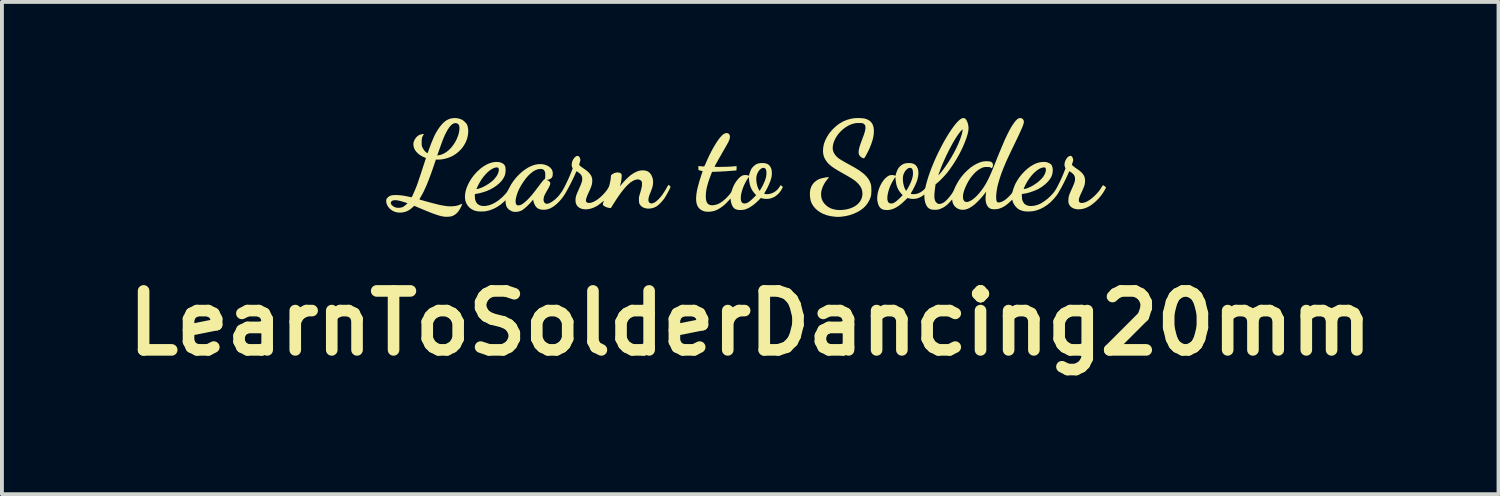
<source format=kicad_pcb>
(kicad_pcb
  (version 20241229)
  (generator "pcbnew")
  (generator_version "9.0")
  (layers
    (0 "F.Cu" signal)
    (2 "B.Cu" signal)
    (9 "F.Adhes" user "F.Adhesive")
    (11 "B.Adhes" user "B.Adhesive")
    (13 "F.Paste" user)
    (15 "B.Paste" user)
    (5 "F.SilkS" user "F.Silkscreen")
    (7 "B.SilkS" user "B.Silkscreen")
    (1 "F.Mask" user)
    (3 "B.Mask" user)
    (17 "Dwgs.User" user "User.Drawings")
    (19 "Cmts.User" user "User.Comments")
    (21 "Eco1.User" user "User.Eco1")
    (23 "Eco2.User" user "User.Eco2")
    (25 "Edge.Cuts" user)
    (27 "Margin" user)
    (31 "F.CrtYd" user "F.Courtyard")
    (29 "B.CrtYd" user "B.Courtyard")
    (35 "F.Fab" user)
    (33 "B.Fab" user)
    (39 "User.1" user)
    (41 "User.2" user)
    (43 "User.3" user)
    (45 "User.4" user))
  (footprint "LearnToSolderDancing20mm"
    (layer "F.Cu")
    (at 16.336 5.302)
    (property "Reference" "LearnToSolderDancing20mm" (at 0 0 0) (layer "F.SilkS") (effects (font (size 1.524 1.524) (thickness 0.3))))
    (attr board_only exclude_from_pos_files exclude_from_bom)
    (fp_poly (pts (xy 2.835 -5.3) (xy 2.882 -5.298) (xy 2.922 -5.294) (xy 2.947 -5.291) (xy 2.999 -5.276) (xy 3.047 -5.255) (xy 3.087 -5.23) (xy 3.118 -5.202) (xy 3.119 -5.202) (xy 3.15 -5.159) (xy 3.172 -5.114) (xy 3.187 -5.065) (xy 3.194 -5.008) (xy 3.196 -4.953) (xy 3.191 -4.88) (xy 3.179 -4.804) (xy 3.158 -4.722) (xy 3.129 -4.634) (xy 3.091 -4.538) (xy 3.072 -4.495) (xy 3.054 -4.457) (xy 3.034 -4.417) (xy 3.014 -4.378) (xy 2.994 -4.342) (xy 2.976 -4.31) (xy 2.961 -4.285) (xy 2.949 -4.268) (xy 2.942 -4.262) (xy 2.927 -4.262) (xy 2.905 -4.269) (xy 2.881 -4.281) (xy 2.857 -4.297) (xy 2.843 -4.31) (xy 2.824 -4.333) (xy 2.811 -4.359) (xy 2.803 -4.389) (xy 2.801 -4.424) (xy 2.804 -4.465) (xy 2.813 -4.513) (xy 2.829 -4.57) (xy 2.85 -4.635) (xy 2.878 -4.711) (xy 2.89 -4.744) (xy 2.915 -4.811) (xy 2.936 -4.867) (xy 2.951 -4.914) (xy 2.963 -4.954) (xy 2.971 -4.989) (xy 2.976 -5.021) (xy 2.977 -5.032) (xy 2.977 -5.077) (xy 2.969 -5.113) (xy 2.95 -5.14) (xy 2.922 -5.16) (xy 2.905 -5.167) (xy 2.883 -5.171) (xy 2.851 -5.173) (xy 2.814 -5.174) (xy 2.775 -5.173) (xy 2.738 -5.171) (xy 2.707 -5.167) (xy 2.627 -5.146) (xy 2.548 -5.113) (xy 2.473 -5.069) (xy 2.401 -5.016) (xy 2.335 -4.955) (xy 2.276 -4.888) (xy 2.225 -4.815) (xy 2.183 -4.738) (xy 2.152 -4.658) (xy 2.136 -4.59) (xy 2.13 -4.525) (xy 2.138 -4.464) (xy 2.159 -4.406) (xy 2.192 -4.353) (xy 2.223 -4.317) (xy 2.239 -4.301) (xy 2.255 -4.286) (xy 2.271 -4.272) (xy 2.289 -4.258) (xy 2.31 -4.244) (xy 2.334 -4.228) (xy 2.363 -4.21) (xy 2.399 -4.189) (xy 2.441 -4.165) (xy 2.492 -4.136) (xy 2.552 -4.103) (xy 2.622 -4.064) (xy 2.63 -4.06) (xy 2.727 -4.005) (xy 2.811 -3.952) (xy 2.884 -3.9) (xy 2.946 -3.85) (xy 2.997 -3.799) (xy 3.04 -3.747) (xy 3.074 -3.695) (xy 3.1 -3.64) (xy 3.118 -3.587) (xy 3.124 -3.556) (xy 3.128 -3.516) (xy 3.13 -3.469) (xy 3.131 -3.42) (xy 3.129 -3.372) (xy 3.126 -3.329) (xy 3.121 -3.293) (xy 3.118 -3.28) (xy 3.096 -3.217) (xy 3.064 -3.152) (xy 3.024 -3.088) (xy 2.979 -3.03) (xy 2.93 -2.981) (xy 2.926 -2.977) (xy 2.85 -2.92) (xy 2.763 -2.869) (xy 2.669 -2.827) (xy 2.569 -2.793) (xy 2.464 -2.768) (xy 2.359 -2.753) (xy 2.319 -2.75) (xy 2.288 -2.748) (xy 2.26 -2.748) (xy 2.23 -2.749) (xy 2.195 -2.752) (xy 2.17 -2.754) (xy 2.071 -2.768) (xy 1.977 -2.791) (xy 1.891 -2.823) (xy 1.812 -2.863) (xy 1.741 -2.912) (xy 1.68 -2.967) (xy 1.629 -3.029) (xy 1.589 -3.097) (xy 1.576 -3.125) (xy 1.559 -3.18) (xy 1.548 -3.243) (xy 1.542 -3.31) (xy 1.543 -3.377) (xy 1.55 -3.44) (xy 1.557 -3.47) (xy 1.58 -3.535) (xy 1.615 -3.593) (xy 1.66 -3.645) (xy 1.714 -3.688) (xy 1.775 -3.722) (xy 1.788 -3.727) (xy 1.813 -3.736) (xy 1.844 -3.745) (xy 1.879 -3.753) (xy 1.915 -3.76) (xy 1.95 -3.767) (xy 1.982 -3.771) (xy 2.008 -3.774) (xy 2.026 -3.774) (xy 2.033 -3.771) (xy 2.033 -3.771) (xy 2.029 -3.764) (xy 2.018 -3.75) (xy 2.003 -3.73) (xy 1.993 -3.718) (xy 1.938 -3.646) (xy 1.895 -3.571) (xy 1.862 -3.495) (xy 1.84 -3.42) (xy 1.831 -3.345) (xy 1.831 -3.33) (xy 1.836 -3.261) (xy 1.853 -3.198) (xy 1.881 -3.139) (xy 1.922 -3.085) (xy 1.946 -3.06) (xy 2.004 -3.011) (xy 2.07 -2.973) (xy 2.144 -2.946) (xy 2.224 -2.93) (xy 2.313 -2.924) (xy 2.388 -2.928) (xy 2.48 -2.94) (xy 2.564 -2.961) (xy 2.64 -2.989) (xy 2.708 -3.025) (xy 2.766 -3.067) (xy 2.815 -3.116) (xy 2.853 -3.171) (xy 2.881 -3.23) (xy 2.896 -3.295) (xy 2.9 -3.347) (xy 2.894 -3.412) (xy 2.878 -3.473) (xy 2.849 -3.53) (xy 2.807 -3.587) (xy 2.792 -3.604) (xy 2.768 -3.628) (xy 2.744 -3.65) (xy 2.718 -3.673) (xy 2.689 -3.695) (xy 2.655 -3.718) (xy 2.615 -3.744) (xy 2.568 -3.773) (xy 2.513 -3.805) (xy 2.448 -3.842) (xy 2.4 -3.869) (xy 2.32 -3.915) (xy 2.25 -3.955) (xy 2.191 -3.992) (xy 2.14 -4.026) (xy 2.096 -4.058) (xy 2.059 -4.089) (xy 2.026 -4.119) (xy 1.998 -4.149) (xy 1.98 -4.171) (xy 1.938 -4.232) (xy 1.908 -4.293) (xy 1.889 -4.358) (xy 1.881 -4.43) (xy 1.88 -4.459) (xy 1.887 -4.548) (xy 1.906 -4.637) (xy 1.939 -4.726) (xy 1.983 -4.814) (xy 2.038 -4.9) (xy 2.105 -4.983) (xy 2.15 -5.03) (xy 2.232 -5.105) (xy 2.317 -5.167) (xy 2.406 -5.217) (xy 2.5 -5.255) (xy 2.601 -5.283) (xy 2.657 -5.293) (xy 2.693 -5.298) (xy 2.737 -5.3) (xy 2.786 -5.301)) (stroke (width 0) (type solid)) (fill yes) (layer "F.SilkS"))
    (fp_poly (pts (xy -7.556 -5.295) (xy -7.485 -5.275) (xy -7.455 -5.262) (xy -7.428 -5.246) (xy -7.399 -5.224) (xy -7.37 -5.197) (xy -7.344 -5.17) (xy -7.325 -5.144) (xy -7.318 -5.133) (xy -7.299 -5.078) (xy -7.289 -5.015) (xy -7.286 -4.946) (xy -7.293 -4.873) (xy -7.308 -4.799) (xy -7.321 -4.753) (xy -7.356 -4.668) (xy -7.402 -4.587) (xy -7.459 -4.51) (xy -7.525 -4.441) (xy -7.6 -4.38) (xy -7.68 -4.328) (xy -7.746 -4.296) (xy -7.822 -4.268) (xy -7.903 -4.246) (xy -7.986 -4.232) (xy -8.064 -4.227) (xy -8.07 -4.227) (xy -8.123 -4.227) (xy -8.176 -4.072) (xy -8.224 -3.932) (xy -8.27 -3.804) (xy -8.314 -3.689) (xy -8.356 -3.584) (xy -8.397 -3.491) (xy -8.436 -3.407) (xy -8.474 -3.333) (xy -8.511 -3.267) (xy -8.52 -3.253) (xy -8.537 -3.224) (xy -8.545 -3.206) (xy -8.546 -3.197) (xy -8.545 -3.197) (xy -8.527 -3.191) (xy -8.498 -3.182) (xy -8.461 -3.172) (xy -8.416 -3.159) (xy -8.367 -3.146) (xy -8.315 -3.131) (xy -8.262 -3.117) (xy -8.211 -3.103) (xy -8.162 -3.091) (xy -8.119 -3.08) (xy -8.083 -3.071) (xy -8.057 -3.064) (xy -8.054 -3.064) (xy -7.981 -3.048) (xy -7.918 -3.037) (xy -7.863 -3.029) (xy -7.813 -3.023) (xy -7.765 -3.021) (xy -7.716 -3.021) (xy -7.707 -3.022) (xy -7.656 -3.025) (xy -7.613 -3.03) (xy -7.573 -3.039) (xy -7.531 -3.053) (xy -7.484 -3.071) (xy -7.464 -3.079) (xy -7.449 -3.084) (xy -7.443 -3.085) (xy -7.444 -3.078) (xy -7.449 -3.062) (xy -7.459 -3.039) (xy -7.47 -3.014) (xy -7.482 -2.988) (xy -7.493 -2.964) (xy -7.498 -2.957) (xy -7.538 -2.894) (xy -7.584 -2.842) (xy -7.635 -2.801) (xy -7.69 -2.773) (xy -7.727 -2.761) (xy -7.766 -2.755) (xy -7.812 -2.751) (xy -7.859 -2.75) (xy -7.902 -2.753) (xy -7.937 -2.758) (xy -7.973 -2.765) (xy -8.01 -2.774) (xy -8.051 -2.785) (xy -8.096 -2.799) (xy -8.145 -2.816) (xy -8.201 -2.836) (xy -8.265 -2.86) (xy -8.336 -2.889) (xy -8.417 -2.922) (xy -8.509 -2.961) (xy -8.546 -2.976) (xy -8.682 -3.034) (xy -8.713 -3.004) (xy -8.777 -2.95) (xy -8.842 -2.908) (xy -8.911 -2.879) (xy -8.982 -2.863) (xy -9.047 -2.858) (xy -9.119 -2.863) (xy -9.184 -2.879) (xy -9.243 -2.906) (xy -9.296 -2.944) (xy -9.317 -2.963) (xy -9.353 -3.005) (xy -9.38 -3.05) (xy -9.398 -3.096) (xy -9.4 -3.104) (xy -9.288 -3.104) (xy -9.279 -3.076) (xy -9.262 -3.053) (xy -9.231 -3.025) (xy -9.191 -3.002) (xy -9.149 -2.987) (xy -9.148 -2.987) (xy -9.114 -2.982) (xy -9.074 -2.982) (xy -9.033 -2.987) (xy -8.997 -2.995) (xy -8.978 -3.002) (xy -8.961 -3.013) (xy -8.939 -3.028) (xy -8.916 -3.046) (xy -8.894 -3.064) (xy -8.876 -3.08) (xy -8.863 -3.093) (xy -8.86 -3.1) (xy -8.866 -3.103) (xy -8.883 -3.11) (xy -8.907 -3.118) (xy -8.938 -3.128) (xy -8.972 -3.138) (xy -9.007 -3.149) (xy -9.041 -3.158) (xy -9.071 -3.166) (xy -9.09 -3.17) (xy -9.149 -3.179) (xy -9.197 -3.179) (xy -9.236 -3.171) (xy -9.265 -3.155) (xy -9.267 -3.153) (xy -9.284 -3.13) (xy -9.288 -3.104) (xy -9.4 -3.104) (xy -9.407 -3.142) (xy -9.405 -3.185) (xy -9.4 -3.202) (xy -9.387 -3.227) (xy -9.364 -3.252) (xy -9.336 -3.275) (xy -9.306 -3.292) (xy -9.292 -3.297) (xy -9.246 -3.307) (xy -9.188 -3.312) (xy -9.122 -3.312) (xy -9.048 -3.307) (xy -8.968 -3.297) (xy -8.884 -3.282) (xy -8.842 -3.273) (xy -8.809 -3.266) (xy -8.782 -3.26) (xy -8.761 -3.257) (xy -8.75 -3.255) (xy -8.749 -3.255) (xy -8.743 -3.265) (xy -8.732 -3.285) (xy -8.719 -3.314) (xy -8.703 -3.349) (xy -8.686 -3.388) (xy -8.668 -3.429) (xy -8.65 -3.471) (xy -8.634 -3.511) (xy -8.62 -3.547) (xy -8.611 -3.57) (xy -8.601 -3.6) (xy -8.587 -3.639) (xy -8.572 -3.684) (xy -8.555 -3.734) (xy -8.536 -3.789) (xy -8.517 -3.847) (xy -8.498 -3.905) (xy -8.478 -3.964) (xy -8.46 -4.021) (xy -8.442 -4.076) (xy -8.425 -4.126) (xy -8.411 -4.171) (xy -8.399 -4.21) (xy -8.389 -4.239) (xy -8.383 -4.26) (xy -8.381 -4.269) (xy -8.381 -4.27) (xy -8.388 -4.273) (xy -8.404 -4.279) (xy -8.417 -4.284) (xy -8.478 -4.312) (xy -8.519 -4.337) (xy -8.087 -4.337) (xy -8.081 -4.336) (xy -8.065 -4.338) (xy -8.044 -4.342) (xy -8.019 -4.347) (xy -7.995 -4.353) (xy -7.974 -4.36) (xy -7.973 -4.36) (xy -7.909 -4.388) (xy -7.845 -4.428) (xy -7.783 -4.479) (xy -7.725 -4.539) (xy -7.672 -4.608) (xy -7.623 -4.683) (xy -7.582 -4.763) (xy -7.549 -4.848) (xy -7.548 -4.85) (xy -7.532 -4.906) (xy -7.521 -4.961) (xy -7.515 -5.013) (xy -7.514 -5.059) (xy -7.52 -5.097) (xy -7.53 -5.125) (xy -7.552 -5.151) (xy -7.582 -5.166) (xy -7.616 -5.171) (xy -7.654 -5.165) (xy -7.676 -5.157) (xy -7.71 -5.134) (xy -7.745 -5.1) (xy -7.782 -5.054) (xy -7.82 -4.997) (xy -7.857 -4.93) (xy -7.895 -4.854) (xy -7.931 -4.769) (xy -7.95 -4.72) (xy -7.958 -4.699) (xy -7.969 -4.669) (xy -7.982 -4.634) (xy -7.996 -4.594) (xy -8.011 -4.551) (xy -8.027 -4.508) (xy -8.042 -4.465) (xy -8.056 -4.426) (xy -8.068 -4.392) (xy -8.077 -4.364) (xy -8.084 -4.345) (xy -8.087 -4.337) (xy -8.087 -4.337) (xy -8.519 -4.337) (xy -8.536 -4.347) (xy -8.589 -4.389) (xy -8.633 -4.435) (xy -8.667 -4.483) (xy -8.678 -4.505) (xy -8.695 -4.553) (xy -8.704 -4.602) (xy -8.703 -4.649) (xy -8.701 -4.663) (xy -8.685 -4.716) (xy -8.658 -4.766) (xy -8.623 -4.811) (xy -8.581 -4.847) (xy -8.554 -4.863) (xy -8.536 -4.87) (xy -8.513 -4.877) (xy -8.488 -4.883) (xy -8.464 -4.888) (xy -8.446 -4.89) (xy -8.435 -4.889) (xy -8.433 -4.887) (xy -8.437 -4.88) (xy -8.445 -4.866) (xy -8.45 -4.859) (xy -8.466 -4.832) (xy -8.477 -4.802) (xy -8.485 -4.768) (xy -8.489 -4.727) (xy -8.49 -4.675) (xy -8.49 -4.673) (xy -8.49 -4.636) (xy -8.489 -4.609) (xy -8.487 -4.589) (xy -8.484 -4.574) (xy -8.478 -4.559) (xy -8.472 -4.545) (xy -8.442 -4.491) (xy -8.409 -4.448) (xy -8.379 -4.42) (xy -8.361 -4.406) (xy -8.347 -4.397) (xy -8.34 -4.393) (xy -8.336 -4.399) (xy -8.329 -4.415) (xy -8.32 -4.439) (xy -8.31 -4.468) (xy -8.291 -4.522) (xy -8.269 -4.58) (xy -8.246 -4.641) (xy -8.221 -4.702) (xy -8.197 -4.76) (xy -8.174 -4.813) (xy -8.153 -4.857) (xy -8.139 -4.887) (xy -8.091 -4.971) (xy -8.041 -5.047) (xy -7.989 -5.115) (xy -7.938 -5.172) (xy -7.886 -5.217) (xy -7.837 -5.25) (xy -7.771 -5.28) (xy -7.701 -5.297) (xy -7.628 -5.302)) (stroke (width 0) (type solid)) (fill yes) (layer "F.SilkS"))
    (fp_poly (pts (xy -0.574 -4.907) (xy -0.549 -4.89) (xy -0.532 -4.864) (xy -0.524 -4.831) (xy -0.526 -4.791) (xy -0.53 -4.772) (xy -0.535 -4.754) (xy -0.542 -4.733) (xy -0.552 -4.71) (xy -0.565 -4.683) (xy -0.582 -4.65) (xy -0.604 -4.611) (xy -0.63 -4.564) (xy -0.662 -4.508) (xy -0.698 -4.446) (xy -0.736 -4.38) (xy -0.772 -4.317) (xy -0.806 -4.258) (xy -0.836 -4.204) (xy -0.862 -4.157) (xy -0.885 -4.116) (xy -0.902 -4.084) (xy -0.914 -4.06) (xy -0.919 -4.047) (xy -0.92 -4.044) (xy -0.914 -4.042) (xy -0.896 -4.041) (xy -0.868 -4.04) (xy -0.831 -4.039) (xy -0.788 -4.039) (xy -0.741 -4.04) (xy -0.689 -4.041) (xy -0.637 -4.042) (xy -0.584 -4.044) (xy -0.533 -4.046) (xy -0.485 -4.049) (xy -0.443 -4.052) (xy -0.407 -4.055) (xy -0.385 -4.057) (xy -0.353 -4.061) (xy -0.353 -4.004) (xy -0.354 -3.976) (xy -0.355 -3.959) (xy -0.357 -3.951) (xy -0.362 -3.947) (xy -0.368 -3.947) (xy -0.379 -3.946) (xy -0.401 -3.945) (xy -0.432 -3.942) (xy -0.47 -3.939) (xy -0.514 -3.936) (xy -0.543 -3.934) (xy -0.6 -3.929) (xy -0.662 -3.925) (xy -0.726 -3.922) (xy -0.787 -3.918) (xy -0.84 -3.916) (xy -0.845 -3.916) (xy -0.986 -3.911) (xy -1.014 -3.841) (xy -1.055 -3.731) (xy -1.088 -3.631) (xy -1.113 -3.54) (xy -1.132 -3.458) (xy -1.143 -3.383) (xy -1.145 -3.353) (xy -1.148 -3.278) (xy -1.145 -3.214) (xy -1.135 -3.161) (xy -1.118 -3.119) (xy -1.095 -3.087) (xy -1.065 -3.065) (xy -1.027 -3.052) (xy -0.981 -3.048) (xy -0.96 -3.048) (xy -0.896 -3.059) (xy -0.831 -3.08) (xy -0.767 -3.114) (xy -0.701 -3.161) (xy -0.634 -3.22) (xy -0.624 -3.23) (xy -0.623 -3.23) (xy -0.244 -3.23) (xy -0.241 -3.185) (xy -0.231 -3.148) (xy -0.214 -3.12) (xy -0.195 -3.104) (xy -0.169 -3.096) (xy -0.136 -3.094) (xy -0.103 -3.1) (xy -0.086 -3.106) (xy -0.047 -3.127) (xy -0.002 -3.16) (xy 0.049 -3.205) (xy 0.088 -3.243) (xy 0.153 -3.308) (xy 0.119 -3.345) (xy 0.074 -3.401) (xy 0.038 -3.458) (xy 0.01 -3.519) (xy -0.011 -3.586) (xy -0.025 -3.662) (xy -0.032 -3.722) (xy -0.032 -3.727) (xy 0.156 -3.727) (xy 0.16 -3.663) (xy 0.17 -3.598) (xy 0.187 -3.535) (xy 0.209 -3.478) (xy 0.224 -3.449) (xy 0.242 -3.418) (xy 0.268 -3.46) (xy 0.282 -3.483) (xy 0.299 -3.514) (xy 0.318 -3.548) (xy 0.334 -3.579) (xy 0.368 -3.654) (xy 0.393 -3.722) (xy 0.41 -3.784) (xy 0.418 -3.844) (xy 0.419 -3.902) (xy 0.419 -3.902) (xy 0.413 -3.947) (xy 0.402 -3.98) (xy 0.384 -4.002) (xy 0.36 -4.013) (xy 0.337 -4.015) (xy 0.305 -4.008) (xy 0.273 -3.989) (xy 0.242 -3.961) (xy 0.214 -3.925) (xy 0.19 -3.882) (xy 0.172 -3.836) (xy 0.16 -3.786) (xy 0.16 -3.785) (xy 0.156 -3.727) (xy -0.032 -3.727) (xy -0.037 -3.781) (xy -0.073 -3.726) (xy -0.111 -3.662) (xy -0.145 -3.596) (xy -0.175 -3.53) (xy -0.199 -3.464) (xy -0.219 -3.4) (xy -0.233 -3.339) (xy -0.241 -3.282) (xy -0.244 -3.23) (xy -0.623 -3.23) (xy -0.577 -3.278) (xy -0.54 -3.319) (xy -0.512 -3.355) (xy -0.492 -3.387) (xy -0.479 -3.417) (xy -0.477 -3.425) (xy -0.446 -3.512) (xy -0.407 -3.594) (xy -0.36 -3.668) (xy -0.308 -3.733) (xy -0.303 -3.738) (xy -0.265 -3.774) (xy -0.23 -3.801) (xy -0.196 -3.818) (xy -0.161 -3.827) (xy -0.123 -3.829) (xy -0.09 -3.827) (xy -0.064 -3.822) (xy -0.055 -3.818) (xy -0.038 -3.812) (xy -0.029 -3.814) (xy -0.027 -3.826) (xy -0.027 -3.83) (xy -0.024 -3.848) (xy -0.017 -3.874) (xy -0.006 -3.904) (xy 0.006 -3.936) (xy 0.018 -3.965) (xy 0.03 -3.988) (xy 0.033 -3.992) (xy 0.058 -4.026) (xy 0.091 -4.059) (xy 0.125 -4.088) (xy 0.157 -4.109) (xy 0.208 -4.128) (xy 0.268 -4.138) (xy 0.335 -4.139) (xy 0.393 -4.132) (xy 0.44 -4.117) (xy 0.479 -4.092) (xy 0.511 -4.057) (xy 0.536 -4.011) (xy 0.542 -3.997) (xy 0.552 -3.961) (xy 0.558 -3.916) (xy 0.559 -3.867) (xy 0.556 -3.817) (xy 0.551 -3.781) (xy 0.536 -3.724) (xy 0.514 -3.659) (xy 0.486 -3.59) (xy 0.454 -3.52) (xy 0.418 -3.45) (xy 0.386 -3.396) (xy 0.372 -3.371) (xy 0.365 -3.355) (xy 0.365 -3.346) (xy 0.366 -3.344) (xy 0.376 -3.34) (xy 0.396 -3.337) (xy 0.42 -3.335) (xy 0.424 -3.334) (xy 0.485 -3.338) (xy 0.546 -3.353) (xy 0.605 -3.379) (xy 0.66 -3.415) (xy 0.709 -3.459) (xy 0.749 -3.511) (xy 0.76 -3.529) (xy 0.772 -3.548) (xy 0.781 -3.561) (xy 0.786 -3.565) (xy 0.802 -3.556) (xy 0.818 -3.544) (xy 0.832 -3.532) (xy 0.84 -3.523) (xy 0.84 -3.521) (xy 0.837 -3.509) (xy 0.827 -3.488) (xy 0.814 -3.463) (xy 0.798 -3.435) (xy 0.781 -3.408) (xy 0.779 -3.406) (xy 0.753 -3.373) (xy 0.719 -3.338) (xy 0.682 -3.305) (xy 0.646 -3.277) (xy 0.627 -3.266) (xy 0.601 -3.253) (xy 0.569 -3.24) (xy 0.541 -3.229) (xy 0.49 -3.217) (xy 0.433 -3.212) (xy 0.374 -3.214) (xy 0.319 -3.224) (xy 0.319 -3.224) (xy 0.274 -3.236) (xy 0.219 -3.179) (xy 0.152 -3.115) (xy 0.084 -3.059) (xy 0.017 -3.012) (xy -0.048 -2.974) (xy -0.109 -2.948) (xy -0.132 -2.94) (xy -0.175 -2.931) (xy -0.223 -2.926) (xy -0.272 -2.925) (xy -0.306 -2.927) (xy -0.356 -2.938) (xy -0.397 -2.956) (xy -0.43 -2.985) (xy -0.458 -3.024) (xy -0.47 -3.048) (xy -0.481 -3.078) (xy -0.492 -3.114) (xy -0.5 -3.152) (xy -0.506 -3.186) (xy -0.507 -3.204) (xy -0.507 -3.227) (xy -0.546 -3.182) (xy -0.62 -3.103) (xy -0.695 -3.035) (xy -0.77 -2.98) (xy -0.845 -2.937) (xy -0.898 -2.913) (xy -0.959 -2.895) (xy -1.022 -2.884) (xy -1.085 -2.88) (xy -1.145 -2.883) (xy -1.197 -2.894) (xy -1.201 -2.896) (xy -1.256 -2.92) (xy -1.302 -2.951) (xy -1.339 -2.991) (xy -1.367 -3.039) (xy -1.386 -3.096) (xy -1.397 -3.162) (xy -1.399 -3.237) (xy -1.392 -3.322) (xy -1.378 -3.417) (xy -1.373 -3.44) (xy -1.364 -3.482) (xy -1.351 -3.534) (xy -1.335 -3.592) (xy -1.318 -3.654) (xy -1.299 -3.716) (xy -1.28 -3.776) (xy -1.262 -3.831) (xy -1.262 -3.833) (xy -1.229 -3.93) (xy -1.283 -3.943) (xy -1.337 -3.957) (xy -1.339 -4.009) (xy -1.341 -4.061) (xy -1.279 -4.056) (xy -1.249 -4.054) (xy -1.224 -4.052) (xy -1.205 -4.051) (xy -1.201 -4.05) (xy -1.194 -4.051) (xy -1.188 -4.056) (xy -1.181 -4.065) (xy -1.172 -4.082) (xy -1.161 -4.107) (xy -1.145 -4.142) (xy -1.143 -4.147) (xy -1.098 -4.251) (xy -1.051 -4.35) (xy -1.003 -4.444) (xy -0.955 -4.532) (xy -0.908 -4.612) (xy -0.862 -4.685) (xy -0.818 -4.749) (xy -0.775 -4.803) (xy -0.735 -4.847) (xy -0.698 -4.88) (xy -0.677 -4.894) (xy -0.639 -4.91) (xy -0.604 -4.914)) (stroke (width 0) (type solid)) (fill yes) (layer "F.SilkS"))
    (fp_poly (pts (xy -4.448 -4.322) (xy -4.425 -4.309) (xy -4.406 -4.283) (xy -4.393 -4.247) (xy -4.39 -4.23) (xy -4.389 -4.214) (xy -4.392 -4.198) (xy -4.398 -4.175) (xy -4.404 -4.156) (xy -4.412 -4.128) (xy -4.417 -4.11) (xy -4.418 -4.098) (xy -4.416 -4.089) (xy -4.412 -4.081) (xy -4.403 -4.071) (xy -4.385 -4.056) (xy -4.36 -4.037) (xy -4.33 -4.016) (xy -4.309 -4.002) (xy -4.243 -3.955) (xy -4.189 -3.91) (xy -4.147 -3.865) (xy -4.116 -3.821) (xy -4.095 -3.775) (xy -4.084 -3.727) (xy -4.081 -3.675) (xy -4.083 -3.647) (xy -4.087 -3.616) (xy -4.092 -3.587) (xy -4.101 -3.556) (xy -4.112 -3.523) (xy -4.128 -3.483) (xy -4.148 -3.436) (xy -4.168 -3.393) (xy -4.196 -3.331) (xy -4.218 -3.278) (xy -4.233 -3.235) (xy -4.242 -3.201) (xy -4.246 -3.173) (xy -4.243 -3.152) (xy -4.235 -3.135) (xy -4.222 -3.123) (xy -4.218 -3.12) (xy -4.188 -3.109) (xy -4.15 -3.108) (xy -4.107 -3.116) (xy -4.058 -3.133) (xy -4.005 -3.16) (xy -3.989 -3.169) (xy -3.94 -3.202) (xy -3.89 -3.241) (xy -3.84 -3.286) (xy -3.793 -3.334) (xy -3.749 -3.383) (xy -3.71 -3.432) (xy -3.678 -3.479) (xy -3.655 -3.521) (xy -3.643 -3.552) (xy -3.634 -3.585) (xy -3.625 -3.625) (xy -3.617 -3.667) (xy -3.609 -3.709) (xy -3.604 -3.746) (xy -3.601 -3.775) (xy -3.6 -3.787) (xy -3.599 -3.809) (xy -3.596 -3.822) (xy -3.587 -3.833) (xy -3.57 -3.846) (xy -3.528 -3.872) (xy -3.487 -3.888) (xy -3.445 -3.895) (xy -3.43 -3.896) (xy -3.387 -3.892) (xy -3.355 -3.88) (xy -3.332 -3.86) (xy -3.328 -3.853) (xy -3.323 -3.835) (xy -3.321 -3.806) (xy -3.323 -3.769) (xy -3.327 -3.727) (xy -3.333 -3.681) (xy -3.343 -3.635) (xy -3.345 -3.622) (xy -3.353 -3.591) (xy -3.358 -3.565) (xy -3.362 -3.548) (xy -3.364 -3.54) (xy -3.364 -3.54) (xy -3.359 -3.545) (xy -3.348 -3.558) (xy -3.333 -3.577) (xy -3.319 -3.595) (xy -3.285 -3.635) (xy -3.246 -3.678) (xy -3.204 -3.722) (xy -3.161 -3.763) (xy -3.121 -3.799) (xy -3.087 -3.828) (xy -3.085 -3.829) (xy -3.011 -3.878) (xy -2.94 -3.915) (xy -2.872 -3.939) (xy -2.805 -3.95) (xy -2.74 -3.949) (xy -2.727 -3.947) (xy -2.674 -3.934) (xy -2.63 -3.913) (xy -2.594 -3.882) (xy -2.562 -3.84) (xy -2.543 -3.804) (xy -2.52 -3.741) (xy -2.51 -3.674) (xy -2.512 -3.602) (xy -2.513 -3.591) (xy -2.518 -3.56) (xy -2.525 -3.529) (xy -2.534 -3.496) (xy -2.547 -3.458) (xy -2.565 -3.411) (xy -2.58 -3.373) (xy -2.598 -3.328) (xy -2.611 -3.292) (xy -2.62 -3.262) (xy -2.626 -3.235) (xy -2.63 -3.208) (xy -2.63 -3.207) (xy -2.63 -3.167) (xy -2.621 -3.135) (xy -2.603 -3.112) (xy -2.577 -3.098) (xy -2.546 -3.095) (xy -2.537 -3.096) (xy -2.504 -3.105) (xy -2.471 -3.12) (xy -2.436 -3.144) (xy -2.397 -3.177) (xy -2.37 -3.203) (xy -2.324 -3.253) (xy -2.279 -3.308) (xy -2.235 -3.373) (xy -2.189 -3.447) (xy -2.159 -3.499) (xy -2.143 -3.527) (xy -2.129 -3.55) (xy -2.118 -3.566) (xy -2.111 -3.573) (xy -2.111 -3.573) (xy -2.1 -3.568) (xy -2.086 -3.557) (xy -2.072 -3.542) (xy -2.062 -3.529) (xy -2.06 -3.524) (xy -2.063 -3.512) (xy -2.072 -3.492) (xy -2.085 -3.463) (xy -2.102 -3.43) (xy -2.122 -3.393) (xy -2.142 -3.355) (xy -2.163 -3.318) (xy -2.183 -3.283) (xy -2.201 -3.254) (xy -2.208 -3.242) (xy -2.24 -3.197) (xy -2.278 -3.152) (xy -2.318 -3.108) (xy -2.358 -3.069) (xy -2.395 -3.037) (xy -2.414 -3.024) (xy -2.467 -2.995) (xy -2.524 -2.975) (xy -2.583 -2.964) (xy -2.641 -2.961) (xy -2.697 -2.968) (xy -2.749 -2.983) (xy -2.794 -3.006) (xy -2.823 -3.031) (xy -2.845 -3.057) (xy -2.861 -3.083) (xy -2.871 -3.113) (xy -2.875 -3.149) (xy -2.876 -3.19) (xy -2.876 -3.223) (xy -2.874 -3.25) (xy -2.87 -3.276) (xy -2.863 -3.304) (xy -2.852 -3.34) (xy -2.85 -3.347) (xy -2.834 -3.4) (xy -2.822 -3.443) (xy -2.813 -3.477) (xy -2.806 -3.505) (xy -2.802 -3.528) (xy -2.799 -3.549) (xy -2.798 -3.569) (xy -2.797 -3.591) (xy -2.797 -3.622) (xy -2.799 -3.642) (xy -2.802 -3.657) (xy -2.808 -3.668) (xy -2.811 -3.671) (xy -2.838 -3.697) (xy -2.872 -3.712) (xy -2.903 -3.716) (xy -2.95 -3.71) (xy -2.998 -3.695) (xy -3.047 -3.669) (xy -3.099 -3.634) (xy -3.153 -3.587) (xy -3.21 -3.53) (xy -3.27 -3.461) (xy -3.333 -3.381) (xy -3.399 -3.289) (xy -3.469 -3.185) (xy -3.543 -3.069) (xy -3.601 -2.975) (xy -3.632 -2.978) (xy -3.677 -2.986) (xy -3.719 -2.999) (xy -3.757 -3.017) (xy -3.787 -3.037) (xy -3.803 -3.055) (xy -3.808 -3.065) (xy -3.81 -3.074) (xy -3.807 -3.088) (xy -3.8 -3.108) (xy -3.797 -3.117) (xy -3.789 -3.139) (xy -3.783 -3.156) (xy -3.78 -3.164) (xy -3.78 -3.164) (xy -3.785 -3.161) (xy -3.798 -3.151) (xy -3.818 -3.136) (xy -3.843 -3.116) (xy -3.852 -3.108) (xy -3.884 -3.084) (xy -3.918 -3.059) (xy -3.95 -3.037) (xy -3.975 -3.021) (xy -3.976 -3.021) (xy -4.045 -2.987) (xy -4.116 -2.962) (xy -4.187 -2.947) (xy -4.256 -2.942) (xy -4.306 -2.946) (xy -4.366 -2.96) (xy -4.417 -2.984) (xy -4.457 -3.016) (xy -4.487 -3.056) (xy -4.507 -3.104) (xy -4.515 -3.16) (xy -4.513 -3.221) (xy -4.509 -3.245) (xy -4.505 -3.266) (xy -4.5 -3.288) (xy -4.492 -3.312) (xy -4.481 -3.341) (xy -4.467 -3.376) (xy -4.448 -3.419) (xy -4.426 -3.469) (xy -4.4 -3.527) (xy -4.38 -3.574) (xy -4.365 -3.613) (xy -4.354 -3.646) (xy -4.346 -3.673) (xy -4.342 -3.697) (xy -4.341 -3.719) (xy -4.341 -3.742) (xy -4.341 -3.742) (xy -4.346 -3.78) (xy -4.356 -3.809) (xy -4.373 -3.836) (xy -4.398 -3.863) (xy -4.417 -3.88) (xy -4.438 -3.896) (xy -4.459 -3.911) (xy -4.477 -3.922) (xy -4.488 -3.927) (xy -4.489 -3.927) (xy -4.492 -3.921) (xy -4.5 -3.905) (xy -4.511 -3.882) (xy -4.524 -3.852) (xy -4.527 -3.845) (xy -4.548 -3.797) (xy -4.575 -3.741) (xy -4.605 -3.68) (xy -4.637 -3.615) (xy -4.67 -3.551) (xy -4.704 -3.488) (xy -4.736 -3.429) (xy -4.765 -3.378) (xy -4.79 -3.335) (xy -4.795 -3.327) (xy -4.85 -3.247) (xy -4.909 -3.175) (xy -4.971 -3.109) (xy -5.035 -3.053) (xy -5.099 -3.006) (xy -5.163 -2.971) (xy -5.189 -2.96) (xy -5.249 -2.941) (xy -5.309 -2.932) (xy -5.367 -2.932) (xy -5.421 -2.94) (xy -5.47 -2.957) (xy -5.51 -2.983) (xy -5.531 -3.003) (xy -5.558 -3.041) (xy -5.581 -3.087) (xy -5.598 -3.135) (xy -5.602 -3.152) (xy -5.61 -3.195) (xy -5.633 -3.166) (xy -5.664 -3.129) (xy -5.7 -3.091) (xy -5.739 -3.051) (xy -5.779 -3.013) (xy -5.819 -2.978) (xy -5.856 -2.948) (xy -5.887 -2.925) (xy -5.908 -2.912) (xy -5.957 -2.893) (xy -6.011 -2.881) (xy -6.066 -2.876) (xy -6.116 -2.88) (xy -6.16 -2.893) (xy -6.204 -2.916) (xy -6.244 -2.945) (xy -6.276 -2.979) (xy -6.293 -3.006) (xy -6.308 -3.045) (xy -6.318 -3.093) (xy -6.322 -3.137) (xy -6.322 -3.15) (xy -6.063 -3.15) (xy -6.06 -3.111) (xy -6.05 -3.08) (xy -6.035 -3.057) (xy -6.015 -3.046) (xy -6.011 -3.045) (xy -5.993 -3.045) (xy -5.969 -3.048) (xy -5.944 -3.053) (xy -5.93 -3.057) (xy -5.904 -3.07) (xy -5.871 -3.092) (xy -5.834 -3.12) (xy -5.794 -3.154) (xy -5.755 -3.191) (xy -5.725 -3.222) (xy -5.695 -3.254) (xy -5.665 -3.288) (xy -5.634 -3.324) (xy -5.6 -3.366) (xy -5.562 -3.414) (xy -5.52 -3.47) (xy -5.471 -3.534) (xy -5.454 -3.557) (xy -5.418 -3.605) (xy -5.386 -3.646) (xy -5.36 -3.678) (xy -5.34 -3.701) (xy -5.327 -3.714) (xy -5.323 -3.716) (xy -5.313 -3.722) (xy -5.305 -3.732) (xy -5.3 -3.748) (xy -5.298 -3.773) (xy -5.297 -3.807) (xy -5.297 -3.827) (xy -5.297 -3.86) (xy -5.299 -3.884) (xy -5.302 -3.902) (xy -5.307 -3.917) (xy -5.313 -3.929) (xy -5.331 -3.957) (xy -5.354 -3.974) (xy -5.383 -3.984) (xy -5.422 -3.987) (xy -5.422 -3.987) (xy -5.479 -3.98) (xy -5.538 -3.961) (xy -5.598 -3.929) (xy -5.659 -3.884) (xy -5.721 -3.828) (xy -5.782 -3.76) (xy -5.796 -3.743) (xy -5.862 -3.653) (xy -5.921 -3.561) (xy -5.971 -3.469) (xy -6.011 -3.377) (xy -6.04 -3.288) (xy -6.059 -3.203) (xy -6.06 -3.196) (xy -6.063 -3.15) (xy -6.322 -3.15) (xy -6.323 -3.178) (xy -6.378 -3.126) (xy -6.458 -3.059) (xy -6.544 -3.002) (xy -6.635 -2.955) (xy -6.729 -2.919) (xy -6.823 -2.896) (xy -6.868 -2.89) (xy -6.92 -2.887) (xy -6.973 -2.887) (xy -7.024 -2.89) (xy -7.067 -2.895) (xy -7.075 -2.897) (xy -7.143 -2.917) (xy -7.203 -2.948) (xy -7.257 -2.989) (xy -7.301 -3.039) (xy -7.335 -3.097) (xy -7.359 -3.162) (xy -7.364 -3.186) (xy -7.372 -3.257) (xy -7.368 -3.333) (xy -7.354 -3.413) (xy -7.337 -3.471) (xy -7.073 -3.471) (xy -7.069 -3.467) (xy -7.054 -3.468) (xy -7.028 -3.474) (xy -6.997 -3.483) (xy -6.94 -3.504) (xy -6.878 -3.533) (xy -6.814 -3.569) (xy -6.75 -3.61) (xy -6.691 -3.654) (xy -6.671 -3.67) (xy -6.639 -3.699) (xy -6.605 -3.736) (xy -6.573 -3.776) (xy -6.546 -3.814) (xy -6.536 -3.83) (xy -6.523 -3.859) (xy -6.51 -3.893) (xy -6.503 -3.917) (xy -6.496 -3.959) (xy -6.498 -3.99) (xy -6.509 -4.012) (xy -6.528 -4.024) (xy -6.557 -4.026) (xy -6.595 -4.019) (xy -6.615 -4.013) (xy -6.668 -3.989) (xy -6.723 -3.954) (xy -6.779 -3.908) (xy -6.834 -3.853) (xy -6.888 -3.79) (xy -6.94 -3.72) (xy -6.987 -3.645) (xy -7.029 -3.566) (xy -7.034 -3.556) (xy -7.049 -3.526) (xy -7.061 -3.5) (xy -7.069 -3.481) (xy -7.073 -3.471) (xy -7.073 -3.471) (xy -7.337 -3.471) (xy -7.329 -3.496) (xy -7.295 -3.579) (xy -7.251 -3.663) (xy -7.199 -3.746) (xy -7.139 -3.826) (xy -7.071 -3.902) (xy -7.053 -3.92) (xy -6.976 -3.991) (xy -6.897 -4.05) (xy -6.818 -4.097) (xy -6.739 -4.133) (xy -6.661 -4.156) (xy -6.584 -4.167) (xy -6.563 -4.167) (xy -6.517 -4.166) (xy -6.48 -4.161) (xy -6.445 -4.151) (xy -6.408 -4.134) (xy -6.405 -4.133) (xy -6.373 -4.112) (xy -6.349 -4.086) (xy -6.333 -4.054) (xy -6.324 -4.013) (xy -6.321 -3.963) (xy -6.322 -3.931) (xy -6.327 -3.876) (xy -6.339 -3.827) (xy -6.359 -3.78) (xy -6.388 -3.729) (xy -6.39 -3.726) (xy -6.437 -3.664) (xy -6.495 -3.606) (xy -6.563 -3.551) (xy -6.64 -3.5) (xy -6.724 -3.454) (xy -6.813 -3.415) (xy -6.906 -3.383) (xy -7.002 -3.358) (xy -7.043 -3.35) (xy -7.072 -3.345) (xy -7.095 -3.34) (xy -7.109 -3.337) (xy -7.113 -3.335) (xy -7.115 -3.328) (xy -7.116 -3.31) (xy -7.116 -3.285) (xy -7.116 -3.268) (xy -7.11 -3.205) (xy -7.094 -3.152) (xy -7.069 -3.107) (xy -7.035 -3.073) (xy -6.992 -3.048) (xy -6.941 -3.033) (xy -6.881 -3.028) (xy -6.826 -3.032) (xy -6.744 -3.05) (xy -6.661 -3.081) (xy -6.578 -3.125) (xy -6.496 -3.181) (xy -6.414 -3.251) (xy -6.402 -3.262) (xy -6.356 -3.308) (xy -6.319 -3.349) (xy -6.288 -3.389) (xy -6.261 -3.432) (xy -6.236 -3.48) (xy -6.233 -3.486) (xy -6.178 -3.587) (xy -6.116 -3.68) (xy -6.044 -3.769) (xy -5.961 -3.854) (xy -5.89 -3.918) (xy -5.82 -3.971) (xy -5.749 -4.016) (xy -5.697 -4.044) (xy -5.626 -4.075) (xy -5.558 -4.096) (xy -5.491 -4.108) (xy -5.457 -4.111) (xy -5.389 -4.111) (xy -5.325 -4.101) (xy -5.266 -4.082) (xy -5.213 -4.055) (xy -5.169 -4.022) (xy -5.134 -3.981) (xy -5.12 -3.957) (xy -5.109 -3.925) (xy -5.103 -3.887) (xy -5.103 -3.847) (xy -5.107 -3.81) (xy -5.116 -3.779) (xy -5.117 -3.777) (xy -5.138 -3.749) (xy -5.169 -3.727) (xy -5.204 -3.712) (xy -5.227 -3.708) (xy -5.261 -3.705) (xy -5.229 -3.689) (xy -5.198 -3.67) (xy -5.178 -3.651) (xy -5.168 -3.629) (xy -5.167 -3.61) (xy -5.168 -3.595) (xy -5.173 -3.578) (xy -5.181 -3.557) (xy -5.194 -3.529) (xy -5.211 -3.495) (xy -5.235 -3.453) (xy -5.265 -3.401) (xy -5.269 -3.394) (xy -5.287 -3.361) (xy -5.304 -3.328) (xy -5.318 -3.298) (xy -5.327 -3.276) (xy -5.338 -3.23) (xy -5.341 -3.187) (xy -5.335 -3.151) (xy -5.321 -3.121) (xy -5.301 -3.1) (xy -5.273 -3.088) (xy -5.256 -3.087) (xy -5.229 -3.089) (xy -5.2 -3.098) (xy -5.167 -3.113) (xy -5.128 -3.136) (xy -5.115 -3.145) (xy -5.052 -3.191) (xy -4.993 -3.245) (xy -4.937 -3.307) (xy -4.882 -3.381) (xy -4.869 -3.4) (xy -4.846 -3.436) (xy -4.821 -3.482) (xy -4.792 -3.536) (xy -4.762 -3.596) (xy -4.731 -3.661) (xy -4.7 -3.727) (xy -4.671 -3.793) (xy -4.644 -3.857) (xy -4.62 -3.917) (xy -4.617 -3.924) (xy -4.587 -4.004) (xy -4.601 -4.03) (xy -4.608 -4.047) (xy -4.612 -4.064) (xy -4.612 -4.087) (xy -4.612 -4.11) (xy -4.603 -4.169) (xy -4.581 -4.223) (xy -4.548 -4.271) (xy -4.535 -4.285) (xy -4.504 -4.311) (xy -4.475 -4.323)) (stroke (width 0) (type solid)) (fill yes) (layer "F.SilkS"))
    (fp_poly (pts (xy 5.537 -5.297) (xy 5.552 -5.289) (xy 5.576 -5.265) (xy 5.597 -5.23) (xy 5.615 -5.187) (xy 5.629 -5.14) (xy 5.638 -5.09) (xy 5.641 -5.044) (xy 5.639 -5.002) (xy 5.633 -4.958) (xy 5.624 -4.911) (xy 5.609 -4.858) (xy 5.59 -4.796) (xy 5.587 -4.786) (xy 5.537 -4.653) (xy 5.477 -4.516) (xy 5.408 -4.378) (xy 5.33 -4.24) (xy 5.246 -4.106) (xy 5.157 -3.978) (xy 5.088 -3.887) (xy 5.054 -3.847) (xy 5.014 -3.802) (xy 4.971 -3.756) (xy 4.927 -3.711) (xy 4.885 -3.67) (xy 4.847 -3.636) (xy 4.84 -3.63) (xy 4.789 -3.588) (xy 4.774 -3.477) (xy 4.764 -3.393) (xy 4.759 -3.322) (xy 4.759 -3.261) (xy 4.765 -3.21) (xy 4.777 -3.169) (xy 4.794 -3.136) (xy 4.817 -3.111) (xy 4.842 -3.094) (xy 4.862 -3.085) (xy 4.877 -3.081) (xy 4.894 -3.082) (xy 4.915 -3.085) (xy 4.944 -3.093) (xy 4.975 -3.106) (xy 4.992 -3.115) (xy 5.028 -3.14) (xy 5.067 -3.175) (xy 5.108 -3.217) (xy 5.148 -3.264) (xy 5.187 -3.314) (xy 5.221 -3.363) (xy 5.249 -3.411) (xy 5.268 -3.453) (xy 5.27 -3.457) (xy 5.283 -3.488) (xy 5.301 -3.527) (xy 5.323 -3.571) (xy 5.347 -3.615) (xy 5.371 -3.658) (xy 5.393 -3.694) (xy 5.399 -3.702) (xy 5.464 -3.793) (xy 5.535 -3.876) (xy 5.611 -3.951) (xy 5.689 -4.018) (xy 5.77 -4.075) (xy 5.852 -4.121) (xy 5.933 -4.156) (xy 6.011 -4.178) (xy 6.05 -4.183) (xy 6.092 -4.186) (xy 6.135 -4.185) (xy 6.174 -4.182) (xy 6.206 -4.176) (xy 6.222 -4.17) (xy 6.249 -4.152) (xy 6.266 -4.128) (xy 6.272 -4.096) (xy 6.272 -4.078) (xy 6.269 -4.053) (xy 6.262 -4.035) (xy 6.252 -4.022) (xy 6.235 -4.005) (xy 6.214 -4.021) (xy 6.203 -4.028) (xy 6.192 -4.032) (xy 6.177 -4.035) (xy 6.156 -4.036) (xy 6.125 -4.036) (xy 6.118 -4.036) (xy 6.08 -4.036) (xy 6.052 -4.034) (xy 6.029 -4.029) (xy 6.007 -4.023) (xy 6.004 -4.022) (xy 5.94 -3.991) (xy 5.875 -3.948) (xy 5.812 -3.894) (xy 5.752 -3.83) (xy 5.694 -3.756) (xy 5.64 -3.673) (xy 5.597 -3.593) (xy 5.561 -3.516) (xy 5.532 -3.443) (xy 5.512 -3.375) (xy 5.5 -3.314) (xy 5.497 -3.26) (xy 5.502 -3.215) (xy 5.512 -3.185) (xy 5.526 -3.163) (xy 5.542 -3.146) (xy 5.547 -3.143) (xy 5.58 -3.133) (xy 5.618 -3.135) (xy 5.66 -3.148) (xy 5.706 -3.171) (xy 5.755 -3.203) (xy 5.806 -3.245) (xy 5.859 -3.296) (xy 5.912 -3.354) (xy 5.965 -3.42) (xy 6.018 -3.492) (xy 6.062 -3.56) (xy 6.092 -3.61) (xy 6.121 -3.664) (xy 6.152 -3.723) (xy 6.183 -3.788) (xy 6.216 -3.862) (xy 6.251 -3.945) (xy 6.289 -4.038) (xy 6.31 -4.09) (xy 6.352 -4.195) (xy 6.393 -4.298) (xy 6.433 -4.396) (xy 6.472 -4.489) (xy 6.508 -4.575) (xy 6.541 -4.652) (xy 6.57 -4.721) (xy 6.596 -4.778) (xy 6.603 -4.793) (xy 6.647 -4.885) (xy 6.69 -4.97) (xy 6.733 -5.047) (xy 6.775 -5.116) (xy 6.815 -5.174) (xy 6.852 -5.223) (xy 6.887 -5.26) (xy 6.917 -5.284) (xy 6.949 -5.299) (xy 6.982 -5.302) (xy 7.013 -5.295) (xy 7.04 -5.278) (xy 7.06 -5.252) (xy 7.067 -5.233) (xy 7.069 -5.222) (xy 7.071 -5.209) (xy 7.07 -5.195) (xy 7.068 -5.179) (xy 7.064 -5.159) (xy 7.057 -5.137) (xy 7.048 -5.109) (xy 7.035 -5.077) (xy 7.02 -5.039) (xy 7 -4.995) (xy 6.977 -4.944) (xy 6.95 -4.884) (xy 6.918 -4.816) (xy 6.881 -4.739) (xy 6.839 -4.652) (xy 6.792 -4.554) (xy 6.748 -4.463) (xy 6.684 -4.328) (xy 6.626 -4.202) (xy 6.575 -4.085) (xy 6.53 -3.975) (xy 6.491 -3.871) (xy 6.457 -3.772) (xy 6.427 -3.676) (xy 6.401 -3.583) (xy 6.394 -3.557) (xy 6.381 -3.495) (xy 6.37 -3.433) (xy 6.362 -3.373) (xy 6.357 -3.316) (xy 6.355 -3.263) (xy 6.357 -3.217) (xy 6.361 -3.179) (xy 6.369 -3.15) (xy 6.38 -3.132) (xy 6.381 -3.132) (xy 6.402 -3.122) (xy 6.432 -3.121) (xy 6.469 -3.128) (xy 6.51 -3.144) (xy 6.554 -3.167) (xy 6.562 -3.171) (xy 6.589 -3.19) (xy 6.621 -3.215) (xy 6.653 -3.244) (xy 6.685 -3.275) (xy 6.716 -3.307) (xy 6.742 -3.337) (xy 6.762 -3.363) (xy 6.774 -3.384) (xy 6.777 -3.392) (xy 6.786 -3.426) (xy 6.799 -3.467) (xy 6.801 -3.473) (xy 7.067 -3.473) (xy 7.073 -3.469) (xy 7.09 -3.47) (xy 7.117 -3.476) (xy 7.154 -3.487) (xy 7.157 -3.488) (xy 7.223 -3.515) (xy 7.291 -3.55) (xy 7.358 -3.592) (xy 7.423 -3.638) (xy 7.482 -3.688) (xy 7.533 -3.739) (xy 7.574 -3.789) (xy 7.579 -3.797) (xy 7.604 -3.839) (xy 7.623 -3.881) (xy 7.635 -3.921) (xy 7.64 -3.957) (xy 7.639 -3.988) (xy 7.629 -4.01) (xy 7.626 -4.014) (xy 7.615 -4.022) (xy 7.603 -4.026) (xy 7.584 -4.026) (xy 7.574 -4.025) (xy 7.526 -4.014) (xy 7.475 -3.992) (xy 7.423 -3.959) (xy 7.369 -3.917) (xy 7.315 -3.866) (xy 7.263 -3.807) (xy 7.213 -3.743) (xy 7.166 -3.672) (xy 7.123 -3.597) (xy 7.103 -3.557) (xy 7.089 -3.527) (xy 7.078 -3.502) (xy 7.07 -3.483) (xy 7.067 -3.473) (xy 7.067 -3.473) (xy 6.801 -3.473) (xy 6.815 -3.512) (xy 6.832 -3.557) (xy 6.849 -3.596) (xy 6.853 -3.605) (xy 6.902 -3.692) (xy 6.959 -3.777) (xy 7.024 -3.857) (xy 7.094 -3.93) (xy 7.168 -3.997) (xy 7.245 -4.054) (xy 7.323 -4.101) (xy 7.394 -4.133) (xy 7.452 -4.151) (xy 7.513 -4.163) (xy 7.573 -4.168) (xy 7.629 -4.166) (xy 7.65 -4.163) (xy 7.679 -4.155) (xy 7.712 -4.142) (xy 7.742 -4.126) (xy 7.766 -4.11) (xy 7.775 -4.102) (xy 7.795 -4.072) (xy 7.809 -4.031) (xy 7.817 -3.984) (xy 7.817 -3.933) (xy 7.811 -3.88) (xy 7.798 -3.828) (xy 7.79 -3.805) (xy 7.76 -3.747) (xy 7.719 -3.689) (xy 7.667 -3.632) (xy 7.606 -3.577) (xy 7.538 -3.526) (xy 7.464 -3.48) (xy 7.427 -3.46) (xy 7.359 -3.429) (xy 7.284 -3.401) (xy 7.207 -3.376) (xy 7.132 -3.357) (xy 7.072 -3.346) (xy 7.018 -3.338) (xy 7.021 -3.264) (xy 7.023 -3.23) (xy 7.026 -3.205) (xy 7.03 -3.185) (xy 7.036 -3.166) (xy 7.046 -3.146) (xy 7.067 -3.108) (xy 7.093 -3.079) (xy 7.128 -3.057) (xy 7.143 -3.049) (xy 7.191 -3.034) (xy 7.245 -3.028) (xy 7.306 -3.031) (xy 7.369 -3.043) (xy 7.434 -3.062) (xy 7.498 -3.09) (xy 7.529 -3.106) (xy 7.607 -3.157) (xy 7.684 -3.217) (xy 7.758 -3.285) (xy 7.825 -3.357) (xy 7.859 -3.4) (xy 7.882 -3.434) (xy 7.909 -3.478) (xy 7.938 -3.531) (xy 7.969 -3.591) (xy 8.001 -3.656) (xy 8.033 -3.724) (xy 8.064 -3.794) (xy 8.093 -3.863) (xy 8.114 -3.916) (xy 8.147 -4.002) (xy 8.136 -4.026) (xy 8.123 -4.066) (xy 8.121 -4.112) (xy 8.129 -4.16) (xy 8.147 -4.208) (xy 8.173 -4.253) (xy 8.178 -4.261) (xy 8.2 -4.287) (xy 8.22 -4.304) (xy 8.242 -4.316) (xy 8.261 -4.323) (xy 8.274 -4.326) (xy 8.286 -4.323) (xy 8.296 -4.318) (xy 8.311 -4.309) (xy 8.322 -4.294) (xy 8.333 -4.27) (xy 8.341 -4.245) (xy 8.345 -4.225) (xy 8.345 -4.205) (xy 8.339 -4.182) (xy 8.33 -4.153) (xy 8.322 -4.129) (xy 8.316 -4.111) (xy 8.313 -4.1) (xy 8.313 -4.099) (xy 8.319 -4.087) (xy 8.336 -4.069) (xy 8.363 -4.046) (xy 8.4 -4.018) (xy 8.436 -3.993) (xy 8.499 -3.949) (xy 8.549 -3.907) (xy 8.589 -3.865) (xy 8.618 -3.824) (xy 8.638 -3.781) (xy 8.649 -3.735) (xy 8.652 -3.685) (xy 8.651 -3.653) (xy 8.648 -3.621) (xy 8.643 -3.589) (xy 8.634 -3.556) (xy 8.621 -3.519) (xy 8.604 -3.477) (xy 8.582 -3.426) (xy 8.569 -3.398) (xy 8.547 -3.351) (xy 8.53 -3.313) (xy 8.518 -3.284) (xy 8.508 -3.26) (xy 8.502 -3.241) (xy 8.497 -3.222) (xy 8.493 -3.206) (xy 8.491 -3.169) (xy 8.498 -3.14) (xy 8.516 -3.12) (xy 8.543 -3.109) (xy 8.568 -3.107) (xy 8.617 -3.113) (xy 8.671 -3.13) (xy 8.728 -3.159) (xy 8.789 -3.198) (xy 8.851 -3.248) (xy 8.914 -3.306) (xy 8.967 -3.362) (xy 9.011 -3.414) (xy 9.05 -3.468) (xy 9.081 -3.518) (xy 9.095 -3.54) (xy 9.107 -3.557) (xy 9.115 -3.566) (xy 9.116 -3.567) (xy 9.124 -3.563) (xy 9.138 -3.554) (xy 9.156 -3.541) (xy 9.173 -3.528) (xy 9.187 -3.517) (xy 9.193 -3.51) (xy 9.193 -3.51) (xy 9.19 -3.5) (xy 9.182 -3.483) (xy 9.169 -3.459) (xy 9.155 -3.433) (xy 9.139 -3.406) (xy 9.125 -3.382) (xy 9.122 -3.377) (xy 9.066 -3.298) (xy 9.003 -3.223) (xy 8.935 -3.154) (xy 8.864 -3.093) (xy 8.792 -3.041) (xy 8.728 -3.004) (xy 8.661 -2.975) (xy 8.595 -2.955) (xy 8.53 -2.945) (xy 8.468 -2.943) (xy 8.41 -2.95) (xy 8.357 -2.965) (xy 8.311 -2.989) (xy 8.273 -3.021) (xy 8.244 -3.061) (xy 8.233 -3.086) (xy 8.226 -3.106) (xy 8.222 -3.124) (xy 8.221 -3.146) (xy 8.221 -3.175) (xy 8.222 -3.193) (xy 8.224 -3.221) (xy 8.226 -3.245) (xy 8.23 -3.269) (xy 8.237 -3.293) (xy 8.246 -3.321) (xy 8.258 -3.354) (xy 8.275 -3.393) (xy 8.296 -3.442) (xy 8.314 -3.481) (xy 8.338 -3.536) (xy 8.357 -3.581) (xy 8.371 -3.618) (xy 8.382 -3.649) (xy 8.388 -3.676) (xy 8.392 -3.7) (xy 8.393 -3.725) (xy 8.393 -3.733) (xy 8.388 -3.781) (xy 8.37 -3.823) (xy 8.34 -3.861) (xy 8.327 -3.872) (xy 8.306 -3.889) (xy 8.284 -3.905) (xy 8.264 -3.918) (xy 8.25 -3.925) (xy 8.244 -3.926) (xy 8.241 -3.919) (xy 8.233 -3.903) (xy 8.223 -3.879) (xy 8.21 -3.85) (xy 8.21 -3.85) (xy 8.186 -3.797) (xy 8.159 -3.739) (xy 8.129 -3.678) (xy 8.097 -3.615) (xy 8.064 -3.552) (xy 8.032 -3.492) (xy 8 -3.436) (xy 7.971 -3.386) (xy 7.946 -3.344) (xy 7.924 -3.311) (xy 7.921 -3.307) (xy 7.844 -3.213) (xy 7.763 -3.129) (xy 7.677 -3.058) (xy 7.586 -2.998) (xy 7.492 -2.95) (xy 7.394 -2.915) (xy 7.319 -2.897) (xy 7.281 -2.892) (xy 7.236 -2.889) (xy 7.187 -2.887) (xy 7.14 -2.888) (xy 7.097 -2.891) (xy 7.063 -2.897) (xy 7.009 -2.912) (xy 6.96 -2.932) (xy 6.924 -2.953) (xy 6.88 -2.99) (xy 6.84 -3.036) (xy 6.807 -3.087) (xy 6.785 -3.139) (xy 6.779 -3.158) (xy 6.775 -3.176) (xy 6.771 -3.189) (xy 6.77 -3.192) (xy 6.765 -3.188) (xy 6.753 -3.176) (xy 6.734 -3.159) (xy 6.712 -3.137) (xy 6.709 -3.134) (xy 6.636 -3.07) (xy 6.563 -3.019) (xy 6.49 -2.981) (xy 6.417 -2.956) (xy 6.343 -2.945) (xy 6.32 -2.944) (xy 6.271 -2.946) (xy 6.232 -2.952) (xy 6.199 -2.964) (xy 6.171 -2.982) (xy 6.161 -2.99) (xy 6.129 -3.028) (xy 6.105 -3.076) (xy 6.089 -3.132) (xy 6.081 -3.197) (xy 6.082 -3.27) (xy 6.089 -3.34) (xy 6.093 -3.366) (xy 6.096 -3.386) (xy 6.097 -3.397) (xy 6.097 -3.398) (xy 6.093 -3.393) (xy 6.082 -3.38) (xy 6.066 -3.36) (xy 6.047 -3.334) (xy 6.037 -3.321) (xy 6.005 -3.282) (xy 5.967 -3.238) (xy 5.926 -3.194) (xy 5.884 -3.15) (xy 5.843 -3.111) (xy 5.806 -3.076) (xy 5.775 -3.051) (xy 5.716 -3.009) (xy 5.663 -2.977) (xy 5.613 -2.954) (xy 5.563 -2.939) (xy 5.529 -2.933) (xy 5.471 -2.931) (xy 5.416 -2.94) (xy 5.364 -2.96) (xy 5.318 -2.989) (xy 5.28 -3.026) (xy 5.25 -3.071) (xy 5.23 -3.121) (xy 5.222 -3.159) (xy 5.218 -3.198) (xy 5.17 -3.144) (xy 5.112 -3.083) (xy 5.055 -3.034) (xy 4.998 -2.995) (xy 4.937 -2.965) (xy 4.902 -2.951) (xy 4.873 -2.942) (xy 4.849 -2.936) (xy 4.825 -2.933) (xy 4.795 -2.931) (xy 4.77 -2.931) (xy 4.711 -2.934) (xy 4.663 -2.944) (xy 4.623 -2.963) (xy 4.59 -2.99) (xy 4.562 -3.026) (xy 4.544 -3.061) (xy 4.519 -3.126) (xy 4.505 -3.198) (xy 4.5 -3.271) (xy 4.5 -3.328) (xy 4.472 -3.305) (xy 4.424 -3.272) (xy 4.372 -3.246) (xy 4.33 -3.23) (xy 4.276 -3.217) (xy 4.215 -3.212) (xy 4.155 -3.215) (xy 4.106 -3.224) (xy 4.062 -3.235) (xy 3.999 -3.173) (xy 3.921 -3.099) (xy 3.845 -3.039) (xy 3.77 -2.991) (xy 3.697 -2.956) (xy 3.625 -2.934) (xy 3.554 -2.924) (xy 3.484 -2.927) (xy 3.482 -2.927) (xy 3.43 -2.938) (xy 3.388 -2.958) (xy 3.354 -2.987) (xy 3.327 -3.028) (xy 3.319 -3.043) (xy 3.303 -3.088) (xy 3.29 -3.139) (xy 3.282 -3.191) (xy 3.28 -3.228) (xy 3.28 -3.234) (xy 3.543 -3.234) (xy 3.546 -3.188) (xy 3.555 -3.15) (xy 3.572 -3.121) (xy 3.589 -3.106) (xy 3.615 -3.096) (xy 3.648 -3.094) (xy 3.681 -3.098) (xy 3.698 -3.103) (xy 3.73 -3.121) (xy 3.769 -3.148) (xy 3.812 -3.184) (xy 3.859 -3.227) (xy 3.873 -3.241) (xy 3.94 -3.308) (xy 3.906 -3.345) (xy 3.861 -3.399) (xy 3.826 -3.455) (xy 3.798 -3.513) (xy 3.778 -3.578) (xy 3.764 -3.652) (xy 3.758 -3.701) (xy 3.756 -3.723) (xy 3.944 -3.723) (xy 3.948 -3.661) (xy 3.958 -3.598) (xy 3.973 -3.538) (xy 3.993 -3.482) (xy 4.015 -3.441) (xy 4.029 -3.419) (xy 4.058 -3.464) (xy 4.073 -3.49) (xy 4.091 -3.522) (xy 4.11 -3.558) (xy 4.123 -3.583) (xy 4.156 -3.656) (xy 4.18 -3.722) (xy 4.196 -3.783) (xy 4.205 -3.841) (xy 4.206 -3.898) (xy 4.205 -3.902) (xy 4.2 -3.947) (xy 4.188 -3.98) (xy 4.171 -4.002) (xy 4.146 -4.013) (xy 4.124 -4.015) (xy 4.092 -4.008) (xy 4.06 -3.989) (xy 4.029 -3.961) (xy 4 -3.924) (xy 3.976 -3.881) (xy 3.957 -3.834) (xy 3.956 -3.83) (xy 3.946 -3.78) (xy 3.944 -3.723) (xy 3.756 -3.723) (xy 3.75 -3.781) (xy 3.721 -3.736) (xy 3.681 -3.671) (xy 3.646 -3.605) (xy 3.615 -3.537) (xy 3.59 -3.471) (xy 3.57 -3.406) (xy 3.555 -3.344) (xy 3.546 -3.286) (xy 3.543 -3.234) (xy 3.28 -3.234) (xy 3.286 -3.308) (xy 3.301 -3.391) (xy 3.327 -3.474) (xy 3.36 -3.554) (xy 3.4 -3.629) (xy 3.447 -3.696) (xy 3.486 -3.741) (xy 3.526 -3.777) (xy 3.563 -3.803) (xy 3.598 -3.82) (xy 3.635 -3.828) (xy 3.664 -3.829) (xy 3.696 -3.827) (xy 3.722 -3.822) (xy 3.732 -3.818) (xy 3.749 -3.812) (xy 3.757 -3.814) (xy 3.76 -3.826) (xy 3.76 -3.831) (xy 3.763 -3.848) (xy 3.77 -3.873) (xy 3.781 -3.904) (xy 3.793 -3.936) (xy 3.807 -3.966) (xy 3.819 -3.99) (xy 3.823 -3.996) (xy 3.84 -4.02) (xy 3.862 -4.045) (xy 3.878 -4.061) (xy 3.921 -4.095) (xy 3.968 -4.119) (xy 4.02 -4.133) (xy 4.08 -4.139) (xy 4.122 -4.139) (xy 4.18 -4.132) (xy 4.228 -4.116) (xy 4.268 -4.09) (xy 4.3 -4.054) (xy 4.324 -4.008) (xy 4.333 -3.981) (xy 4.345 -3.924) (xy 4.346 -3.86) (xy 4.338 -3.789) (xy 4.32 -3.714) (xy 4.306 -3.668) (xy 4.291 -3.631) (xy 4.272 -3.587) (xy 4.249 -3.538) (xy 4.224 -3.489) (xy 4.2 -3.442) (xy 4.177 -3.402) (xy 4.174 -3.397) (xy 4.159 -3.372) (xy 4.152 -3.356) (xy 4.152 -3.346) (xy 4.153 -3.344) (xy 4.163 -3.34) (xy 4.182 -3.337) (xy 4.207 -3.335) (xy 4.213 -3.334) (xy 4.277 -3.338) (xy 4.34 -3.355) (xy 4.401 -3.384) (xy 4.46 -3.425) (xy 4.492 -3.454) (xy 4.509 -3.474) (xy 4.522 -3.491) (xy 4.527 -3.503) (xy 4.527 -3.503) (xy 4.529 -3.517) (xy 4.534 -3.542) (xy 4.542 -3.575) (xy 4.553 -3.614) (xy 4.565 -3.658) (xy 4.578 -3.704) (xy 4.592 -3.75) (xy 4.606 -3.794) (xy 4.608 -3.8) (xy 4.611 -3.81) (xy 4.853 -3.81) (xy 4.857 -3.807) (xy 4.86 -3.81) (xy 4.857 -3.813) (xy 4.853 -3.81) (xy 4.611 -3.81) (xy 4.618 -3.83) (xy 4.863 -3.83) (xy 4.864 -3.826) (xy 4.872 -3.832) (xy 4.886 -3.846) (xy 4.905 -3.868) (xy 4.928 -3.895) (xy 4.954 -3.928) (xy 4.979 -3.96) (xy 5.055 -4.065) (xy 5.129 -4.176) (xy 5.199 -4.29) (xy 5.264 -4.406) (xy 5.324 -4.521) (xy 5.376 -4.634) (xy 5.42 -4.743) (xy 5.449 -4.825) (xy 5.459 -4.858) (xy 5.469 -4.892) (xy 5.477 -4.927) (xy 5.483 -4.958) (xy 5.488 -4.983) (xy 5.49 -5) (xy 5.489 -5.006) (xy 5.483 -5.004) (xy 5.47 -4.994) (xy 5.453 -4.977) (xy 5.434 -4.955) (xy 5.414 -4.931) (xy 5.397 -4.91) (xy 5.346 -4.837) (xy 5.292 -4.753) (xy 5.237 -4.66) (xy 5.182 -4.559) (xy 5.127 -4.453) (xy 5.073 -4.344) (xy 5.022 -4.233) (xy 4.973 -4.123) (xy 4.929 -4.014) (xy 4.89 -3.91) (xy 4.863 -3.83) (xy 4.618 -3.83) (xy 4.651 -3.923) (xy 4.7 -4.051) (xy 4.754 -4.18) (xy 4.812 -4.311) (xy 4.874 -4.44) (xy 4.939 -4.567) (xy 5.005 -4.69) (xy 5.072 -4.806) (xy 5.14 -4.916) (xy 5.207 -5.016) (xy 5.272 -5.105) (xy 5.298 -5.138) (xy 5.348 -5.196) (xy 5.394 -5.242) (xy 5.436 -5.275) (xy 5.474 -5.295) (xy 5.507 -5.302)) (stroke (width 0) (type solid)) (fill yes) (layer "F.SilkS")))
  (gr_rect
    (start -3 -3)
    (end 35.672 9.72)
    (stroke (width 0.1) (type default))
    (fill no)
    (layer "Edge.Cuts")))
</source>
